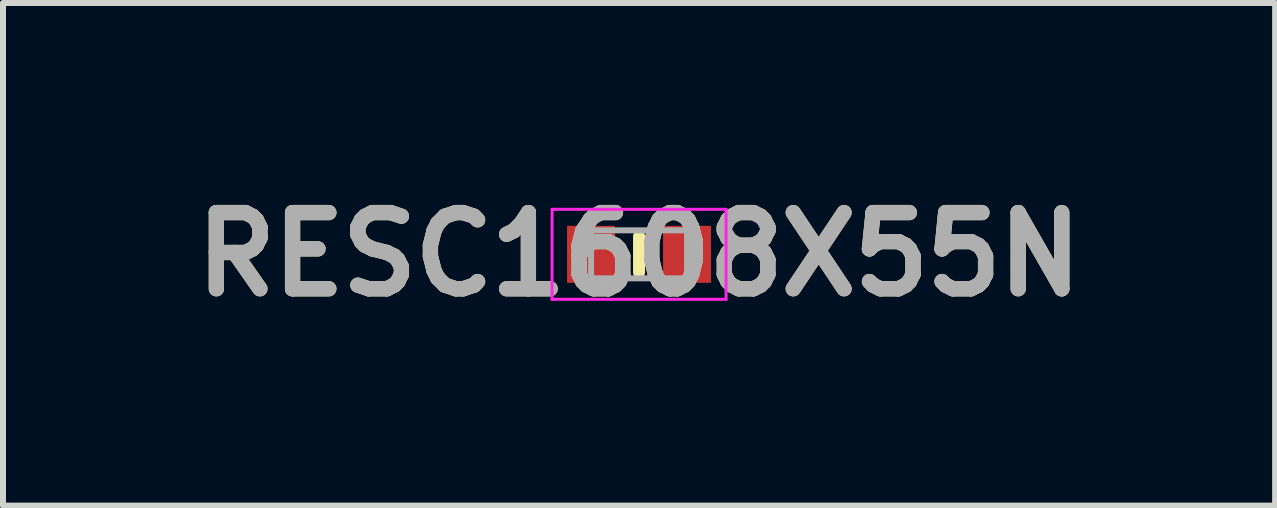
<source format=kicad_pcb>
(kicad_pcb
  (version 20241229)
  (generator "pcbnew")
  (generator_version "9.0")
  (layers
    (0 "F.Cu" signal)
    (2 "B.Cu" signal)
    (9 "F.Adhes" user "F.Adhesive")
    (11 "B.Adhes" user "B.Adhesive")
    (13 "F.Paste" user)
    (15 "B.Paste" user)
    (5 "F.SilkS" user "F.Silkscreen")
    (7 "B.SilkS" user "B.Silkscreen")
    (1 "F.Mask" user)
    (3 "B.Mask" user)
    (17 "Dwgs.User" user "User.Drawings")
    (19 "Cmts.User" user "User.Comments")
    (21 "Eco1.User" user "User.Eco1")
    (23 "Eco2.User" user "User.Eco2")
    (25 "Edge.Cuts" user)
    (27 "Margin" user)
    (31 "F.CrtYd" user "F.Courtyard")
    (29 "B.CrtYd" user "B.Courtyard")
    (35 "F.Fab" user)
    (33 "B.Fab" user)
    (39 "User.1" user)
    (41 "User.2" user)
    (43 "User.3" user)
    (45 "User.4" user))
  (footprint "RESC1608X55N"
    (layer "F.Cu")
    (at 7.602 1.189)
    (property "Reference" "RESC1608X55N" (at 0 0 0) (layer "F.SilkS") (effects (font (size 1.27 1.27) (thickness 0.254))))
    (attr smd)
    (fp_line (start 0 -0.3) (end 0 0.3) (stroke (width 0.2) (type solid)) (layer "F.SilkS"))
    (fp_line (start -1.45 -0.75) (end 1.45 -0.75) (stroke (width 0.05) (type solid)) (layer "F.CrtYd"))
    (fp_line (start -1.45 0.75) (end -1.45 -0.75) (stroke (width 0.05) (type solid)) (layer "F.CrtYd"))
    (fp_line (start 1.45 -0.75) (end 1.45 0.75) (stroke (width 0.05) (type solid)) (layer "F.CrtYd"))
    (fp_line (start 1.45 0.75) (end -1.45 0.75) (stroke (width 0.05) (type solid)) (layer "F.CrtYd"))
    (fp_line (start -0.8 -0.4) (end 0.8 -0.4) (stroke (width 0.1) (type solid)) (layer "F.Fab"))
    (fp_line (start -0.8 0.4) (end -0.8 -0.4) (stroke (width 0.1) (type solid)) (layer "F.Fab"))
    (fp_line (start 0.8 -0.4) (end 0.8 0.4) (stroke (width 0.1) (type solid)) (layer "F.Fab"))
    (fp_line (start 0.8 0.4) (end -0.8 0.4) (stroke (width 0.1) (type solid)) (layer "F.Fab"))
    (fp_text user "${REFERENCE}" (at 0 0 0) (layer "F.Fab") (effects (font (size 1.27 1.27) (thickness 0.254))))
    (pad "1" smd rect (at -0.8 0) (size 0.8 0.95) (layers "F.Cu" "F.Mask" "F.Paste"))
    (pad "2" smd rect (at 0.8 0) (size 0.8 0.95) (layers "F.Cu" "F.Mask" "F.Paste")))
  (gr_rect
    (start -3 -3)
    (end 18.204 5.377)
    (stroke (width 0.1) (type default))
    (fill no)
    (layer "Edge.Cuts")))
</source>
